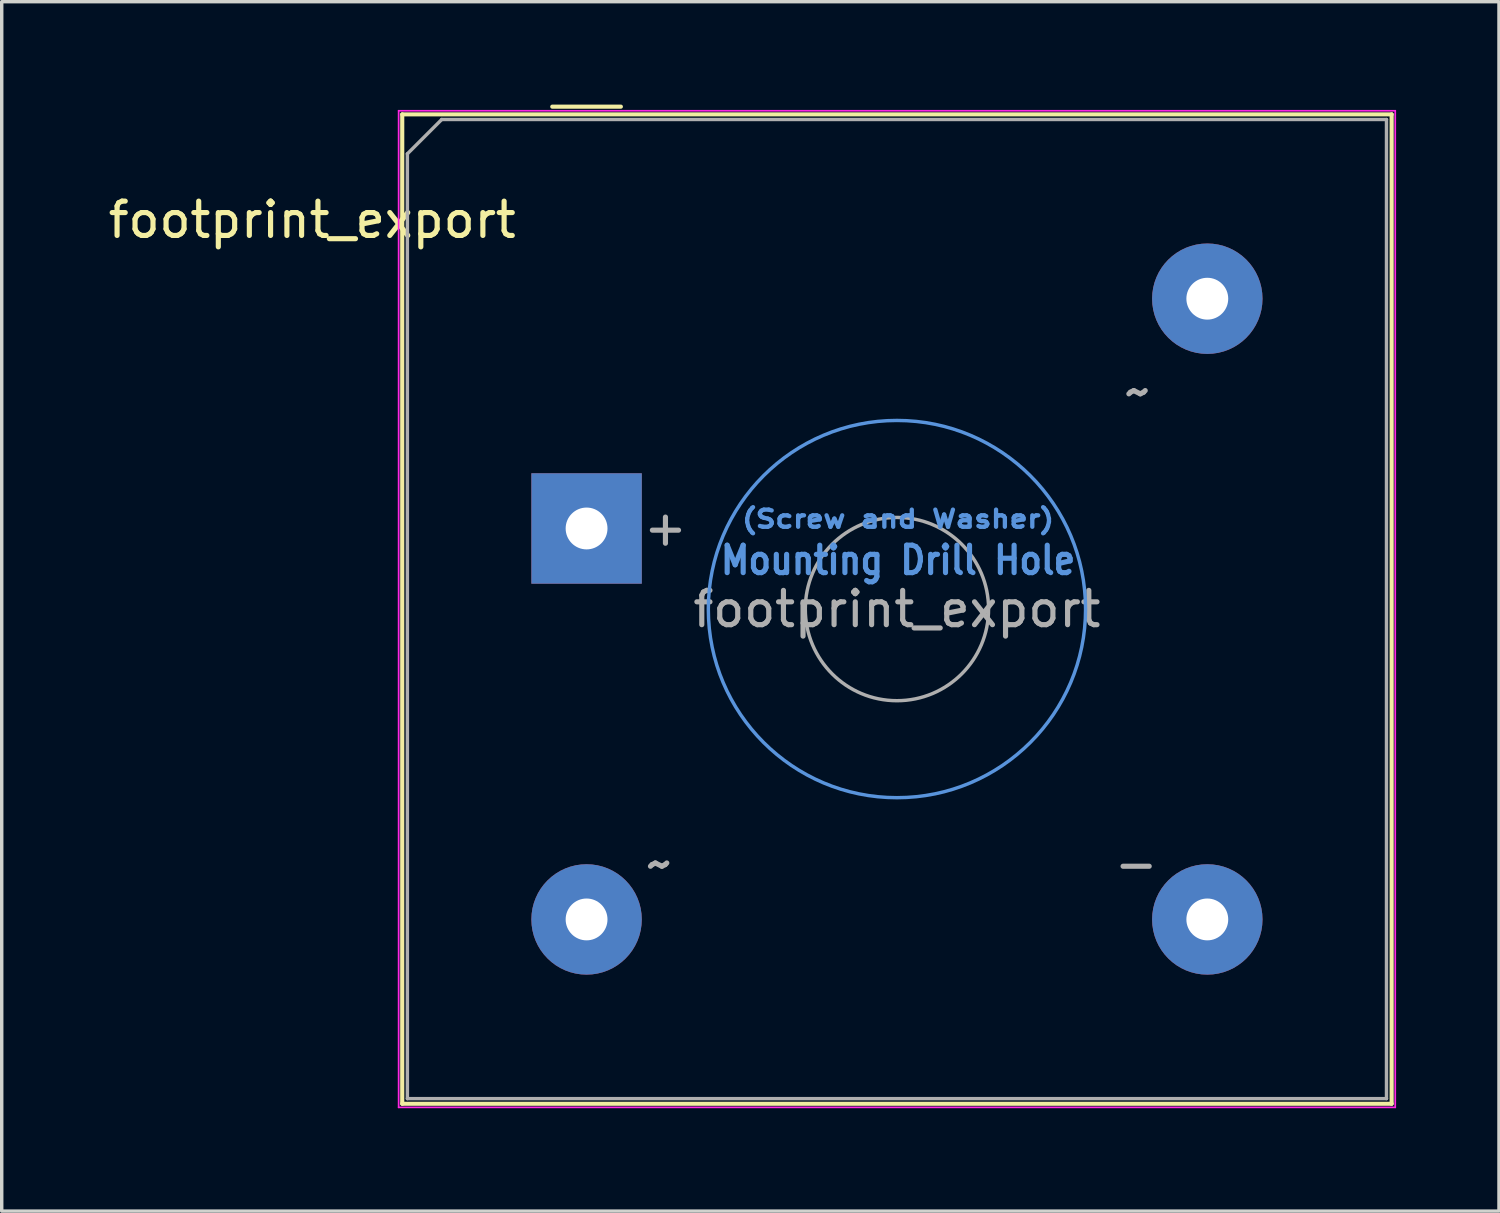
<source format=kicad_pcb>
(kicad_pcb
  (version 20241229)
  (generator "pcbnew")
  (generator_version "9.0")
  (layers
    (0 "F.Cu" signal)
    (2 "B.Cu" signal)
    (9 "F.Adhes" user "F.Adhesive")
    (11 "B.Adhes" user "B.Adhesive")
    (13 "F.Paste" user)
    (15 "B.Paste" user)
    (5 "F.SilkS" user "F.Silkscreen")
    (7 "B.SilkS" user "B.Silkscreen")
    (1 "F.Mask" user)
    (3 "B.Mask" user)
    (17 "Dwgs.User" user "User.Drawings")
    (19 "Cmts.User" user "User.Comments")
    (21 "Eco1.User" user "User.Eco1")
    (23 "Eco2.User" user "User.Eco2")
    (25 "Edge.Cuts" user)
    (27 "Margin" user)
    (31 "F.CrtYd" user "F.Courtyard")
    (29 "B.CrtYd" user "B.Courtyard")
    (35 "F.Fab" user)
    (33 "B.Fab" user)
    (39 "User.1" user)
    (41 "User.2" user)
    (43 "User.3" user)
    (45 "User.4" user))
  (footprint "footprint_export"
    (layer "F.Cu")
    (at 14.054 12.36)
    (property "Reference" "footprint_export" (at -8 -9 0) (layer "F.SilkS") (effects (font (size 1 1) (thickness 0.15))))
    (attr through_hole)
    (fp_line (start -5.375 -12.075) (end 23.475 -12.075) (stroke (width 0.12) (type solid)) (layer "F.SilkS"))
    (fp_line (start -5.375 16.775) (end -5.375 -12.075) (stroke (width 0.12) (type solid)) (layer "F.SilkS"))
    (fp_line (start -1 -12.3) (end 1 -12.3) (stroke (width 0.12) (type solid)) (layer "F.SilkS"))
    (fp_line (start 23.475 -12.075) (end 23.475 16.775) (stroke (width 0.12) (type solid)) (layer "F.SilkS"))
    (fp_line (start 23.475 16.775) (end -5.375 16.775) (stroke (width 0.12) (type solid)) (layer "F.SilkS"))
    (fp_circle (center 9.05 2.35) (end 14.55 2.35) (stroke (width 0.1) (type solid)) (fill no) (layer "Cmts.User"))
    (fp_line (start -5.48 -12.18) (end 23.58 -12.18) (stroke (width 0.05) (type solid)) (layer "F.CrtYd"))
    (fp_line (start -5.48 16.88) (end -5.48 -12.18) (stroke (width 0.05) (type solid)) (layer "F.CrtYd"))
    (fp_line (start 23.58 -12.18) (end 23.58 16.88) (stroke (width 0.05) (type solid)) (layer "F.CrtYd"))
    (fp_line (start 23.58 16.88) (end -5.48 16.88) (stroke (width 0.05) (type solid)) (layer "F.CrtYd"))
    (fp_line (start -5.225 16.625) (end -5.225 -10.925) (stroke (width 0.1) (type solid)) (layer "F.Fab"))
    (fp_line (start -5.225 16.625) (end 23.325 16.625) (stroke (width 0.1) (type solid)) (layer "F.Fab"))
    (fp_line (start -4.225 -11.925) (end -5.225 -10.925) (stroke (width 0.1) (type solid)) (layer "F.Fab"))
    (fp_line (start -4.225 -11.925) (end 23.325 -11.925) (stroke (width 0.1) (type solid)) (layer "F.Fab"))
    (fp_line (start 23.325 -11.925) (end 23.325 16.625) (stroke (width 0.1) (type solid)) (layer "F.Fab"))
    (fp_circle (center 9.05 2.35) (end 11.722 2.35) (stroke (width 0.1) (type solid)) (fill no) (layer "F.Fab"))
    (fp_text user "Mounting Drill Hole" (at 9.083 0.925 0) (unlocked yes) (layer "Cmts.User") (effects (font (size 0.8 0.7) (thickness 0.15))))
    (fp_text user "(Screw and Washer)" (at 9.083 -0.275 0) (unlocked yes) (layer "Cmts.User") (effects (font (size 0.5 0.6) (thickness 0.125))))
    (fp_text user "~" (at 16.075 -4 0) (unlocked yes) (layer "F.Fab") (effects (font (size 1 1) (thickness 0.15))))
    (fp_text user "-" (at 16.025 9.775 0) (unlocked yes) (layer "F.Fab") (effects (font (size 1 1) (thickness 0.15))))
    (fp_text user "~" (at 2.125 9.775 0) (unlocked yes) (layer "F.Fab") (effects (font (size 1 1) (thickness 0.15))))
    (fp_text user "${REFERENCE}" (at 9.05 2.35 0) (layer "F.Fab") (effects (font (size 1 1) (thickness 0.15))))
    (fp_text user "+" (at 2.3 -0.025 0) (unlocked yes) (layer "F.Fab") (effects (font (size 1 1) (thickness 0.15))))
    (pad "1" thru_hole rect (at 0 0 180) (size 3.22 3.22) (drill 1.22) (layers "*.Cu" "*.Mask"))
    (pad "2" thru_hole circle (at 18.1 -6.7 180) (size 3.22 3.22) (drill 1.22) (layers "*.Cu" "*.Mask"))
    (pad "3" thru_hole circle (at 18.1 11.4 270) (size 3.22 3.22) (drill 1.22) (layers "*.Cu" "*.Mask"))
    (pad "4" thru_hole circle (at 0 11.4 180) (size 3.22 3.22) (drill 1.22) (layers "*.Cu" "*.Mask")))
  (gr_rect
    (start -3 -3)
    (end 40.659 32.265)
    (stroke (width 0.1) (type default))
    (fill no)
    (layer "Edge.Cuts")))
</source>
